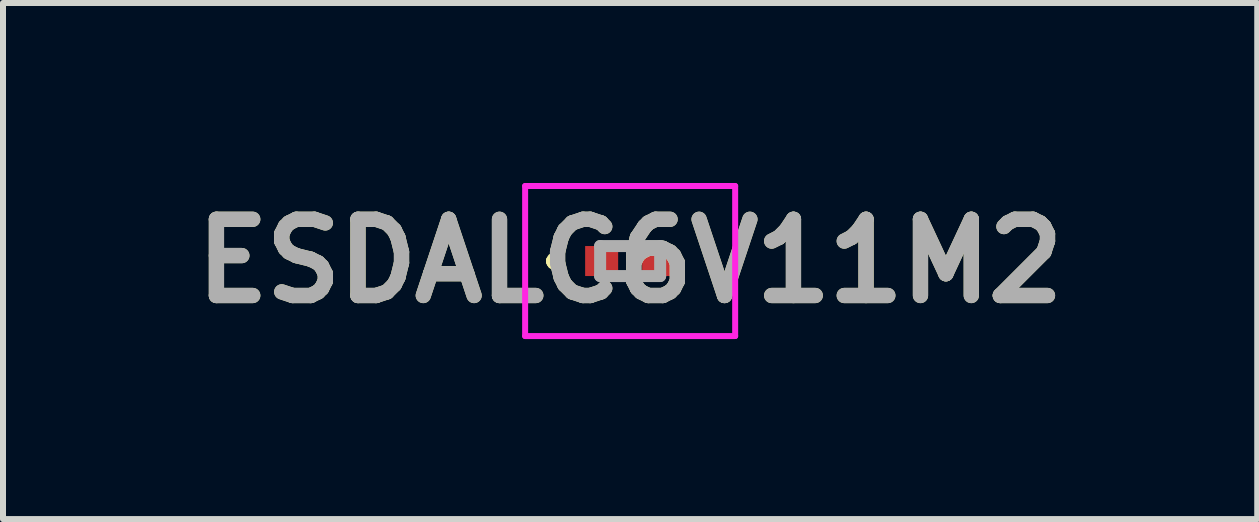
<source format=kicad_pcb>
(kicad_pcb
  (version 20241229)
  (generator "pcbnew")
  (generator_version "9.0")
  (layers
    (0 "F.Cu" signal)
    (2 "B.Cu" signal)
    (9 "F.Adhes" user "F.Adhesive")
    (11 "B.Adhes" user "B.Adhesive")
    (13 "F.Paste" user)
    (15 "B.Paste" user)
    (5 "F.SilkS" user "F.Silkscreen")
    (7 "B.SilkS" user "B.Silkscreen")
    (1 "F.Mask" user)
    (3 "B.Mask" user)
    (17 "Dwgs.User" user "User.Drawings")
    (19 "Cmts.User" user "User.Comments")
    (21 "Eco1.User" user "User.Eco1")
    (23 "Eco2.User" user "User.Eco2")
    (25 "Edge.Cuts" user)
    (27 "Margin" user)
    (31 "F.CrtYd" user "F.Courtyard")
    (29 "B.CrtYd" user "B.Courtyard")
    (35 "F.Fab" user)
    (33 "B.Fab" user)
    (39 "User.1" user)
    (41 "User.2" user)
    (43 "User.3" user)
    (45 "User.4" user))
  (footprint "ESDALC6V11M2"
    (layer "F.Cu")
    (at 7.451 1.3)
    (property "Reference" "ESDALC6V11M2" (at 0 0 0) (layer "F.SilkS") (effects (font (size 1.27 1.27) (thickness 0.254))))
    (attr smd)
    (fp_line (start -1.3 0) (end -1.3 0) (stroke (width 0.2) (type solid)) (layer "F.SilkS"))
    (fp_line (start -1.3 0) (end -1.3 0) (stroke (width 0.2) (type solid)) (layer "F.SilkS"))
    (fp_line (start -1.2 0) (end -1.2 0) (stroke (width 0.2) (type solid)) (layer "F.SilkS"))
    (fp_arc (start -1.3 0) (mid -1.25 -0.05) (end -1.2 0) (stroke (width 0.2) (type solid)) (layer "F.SilkS"))
    (fp_arc (start -1.2 0) (mid -1.25 0.05) (end -1.3 0) (stroke (width 0.2) (type solid)) (layer "F.SilkS"))
    (fp_arc (start -1.2 0) (mid -1.25 0.05) (end -1.3 0) (stroke (width 0.2) (type solid)) (layer "F.SilkS"))
    (fp_line (start -1.75 -1.25) (end 1.75 -1.25) (stroke (width 0.1) (type solid)) (layer "F.CrtYd"))
    (fp_line (start -1.75 1.25) (end -1.75 -1.25) (stroke (width 0.1) (type solid)) (layer "F.CrtYd"))
    (fp_line (start 1.75 -1.25) (end 1.75 1.25) (stroke (width 0.1) (type solid)) (layer "F.CrtYd"))
    (fp_line (start 1.75 1.25) (end -1.75 1.25) (stroke (width 0.1) (type solid)) (layer "F.CrtYd"))
    (fp_line (start -0.5 -0.25) (end -0.5 0.25) (stroke (width 0.2) (type solid)) (layer "F.Fab"))
    (fp_line (start -0.5 0.25) (end 0.5 0.25) (stroke (width 0.2) (type solid)) (layer "F.Fab"))
    (fp_line (start 0.5 -0.25) (end -0.5 -0.25) (stroke (width 0.2) (type solid)) (layer "F.Fab"))
    (fp_line (start 0.5 0.25) (end 0.5 -0.25) (stroke (width 0.2) (type solid)) (layer "F.Fab"))
    (fp_text user "${REFERENCE}" (at 0 0 0) (layer "F.Fab") (effects (font (size 1.27 1.27) (thickness 0.254))))
    (pad "1" smd rect (at -0.475 0 90) (size 0.5 0.55) (layers "F.Cu" "F.Mask" "F.Paste"))
    (pad "2" smd rect (at 0.475 0 90) (size 0.5 0.55) (layers "F.Cu" "F.Mask" "F.Paste")))
  (gr_rect
    (start -3 -3)
    (end 17.901 5.6)
    (stroke (width 0.1) (type default))
    (fill no)
    (layer "Edge.Cuts")))
</source>
